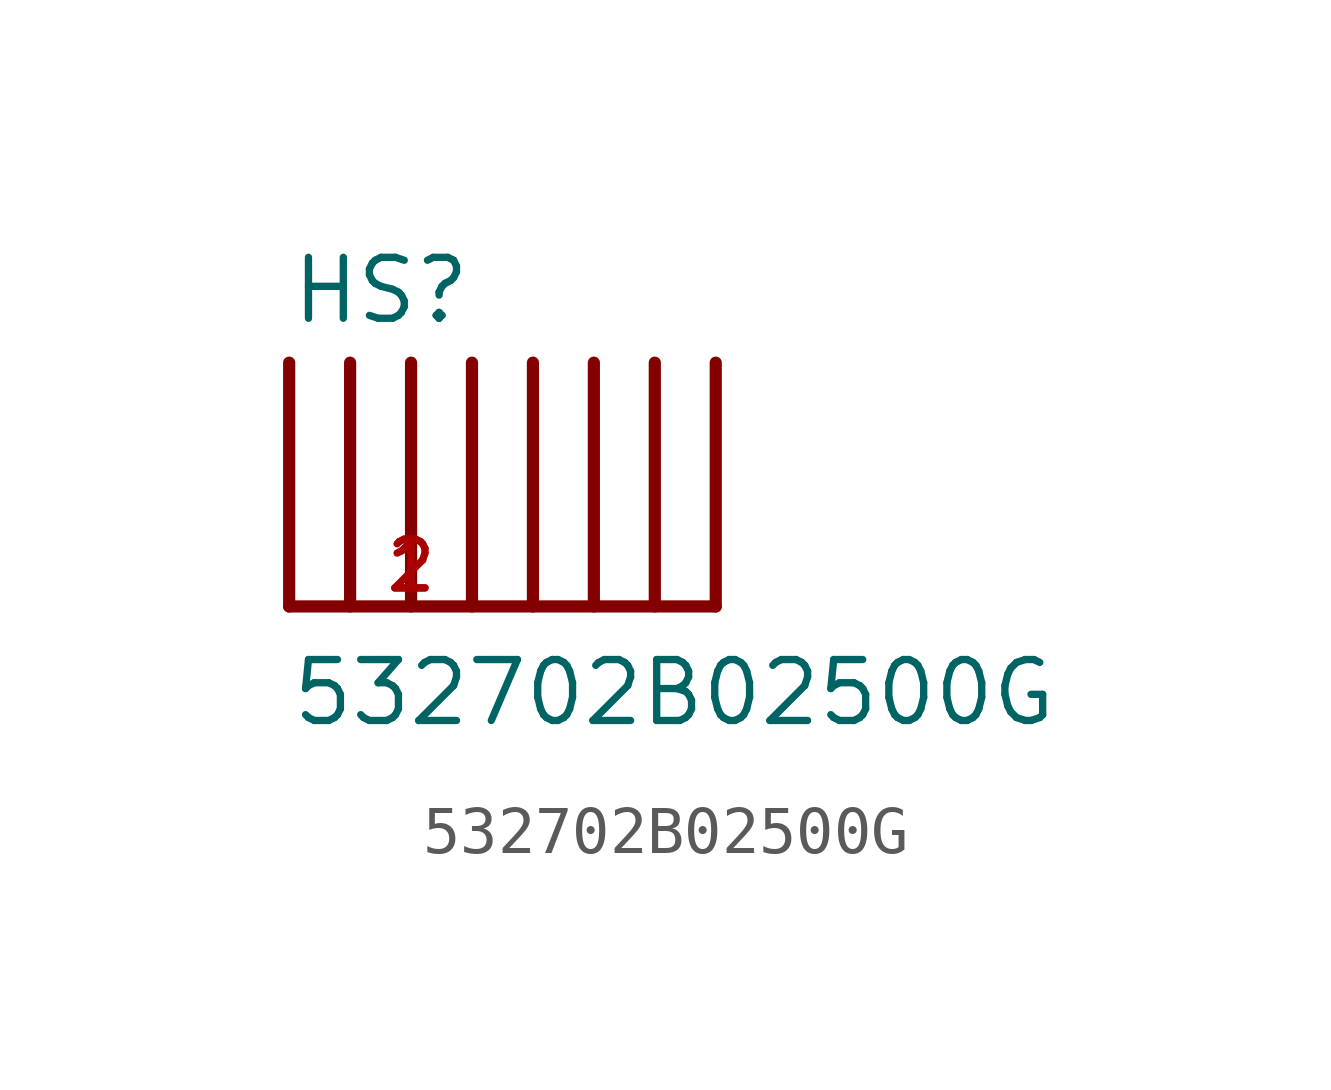
<source format=kicad_sym>
(kicad_symbol_lib
  (version 20211014)
  (generator kicad_symbol_editor)
  (symbol "532702B02500G"
    (pin_names
      (offset 1.016))
    (property "Reference" "HS"
      (at -5.08 5.842 0)
      (effects (font (size 1.27 1.27)) (justify bottom left)))
    (property "Value" "532702B02500G"
      (at -5.08 -2.54 0)
      (effects (font (size 1.27 1.27)) (justify bottom left)))
    (symbol "532702B02500G_0_0"
      (polyline (pts (xy -5.08 5.08) (xy -5.08 0.0)) (stroke (width 0.254)))
      (polyline (pts (xy -3.81 5.08) (xy -3.81 0.0)) (stroke (width 0.254)))
      (polyline (pts (xy -2.54 5.08) (xy -2.54 0.0)) (stroke (width 0.254)))
      (polyline (pts (xy -1.27 5.08) (xy -1.27 0.0)) (stroke (width 0.254)))
      (polyline (pts (xy 0.0 5.08) (xy 0.0 0.0)) (stroke (width 0.254)))
      (polyline (pts (xy 1.27 5.08) (xy 1.27 0.0)) (stroke (width 0.254)))
      (polyline (pts (xy 2.54 5.08) (xy 2.54 0.0)) (stroke (width 0.254)))
      (polyline (pts (xy 3.81 5.08) (xy 3.81 0.0)) (stroke (width 0.254)))
      (polyline (pts (xy -5.08 0.0) (xy 3.81 0.0)) (stroke (width 0.254)))
      (pin passive line (at -5.08 0.0 0) (length 5.08) (name "~" (effects (font (size 1.016 1.016)))) (number "1" (effects (font (size 1.016 1.016)))))
      (pin passive line (at -5.08 0.0 0) (length 5.08) (name "~" (effects (font (size 1.016 1.016)))) (number "2" (effects (font (size 1.016 1.016))))))))
</source>
